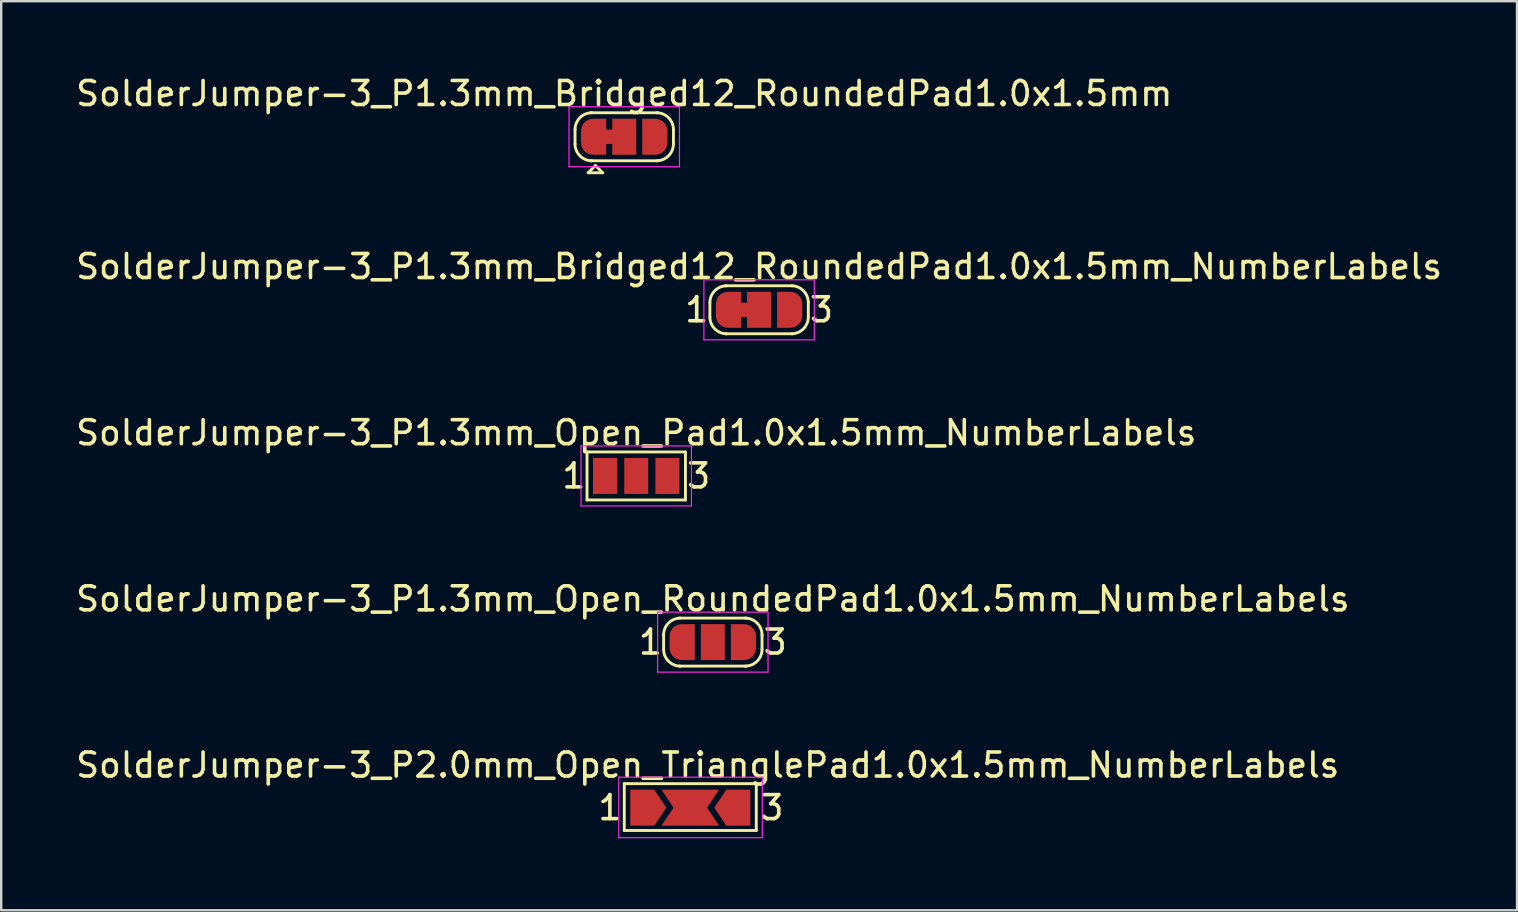
<source format=kicad_pcb>
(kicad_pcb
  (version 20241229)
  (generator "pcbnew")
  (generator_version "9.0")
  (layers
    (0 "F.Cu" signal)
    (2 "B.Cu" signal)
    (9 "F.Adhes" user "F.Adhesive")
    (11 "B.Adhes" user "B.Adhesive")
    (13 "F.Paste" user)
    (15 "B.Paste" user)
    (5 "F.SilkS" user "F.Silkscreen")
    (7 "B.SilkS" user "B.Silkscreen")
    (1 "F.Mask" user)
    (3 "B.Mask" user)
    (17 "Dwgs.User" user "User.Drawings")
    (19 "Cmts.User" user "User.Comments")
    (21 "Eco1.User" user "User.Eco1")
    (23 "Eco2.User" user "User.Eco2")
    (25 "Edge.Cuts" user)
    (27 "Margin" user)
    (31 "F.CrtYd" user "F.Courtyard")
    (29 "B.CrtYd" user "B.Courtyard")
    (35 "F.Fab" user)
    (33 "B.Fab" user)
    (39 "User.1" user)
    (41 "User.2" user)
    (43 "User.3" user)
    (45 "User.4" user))
  (footprint "SolderJumper-3_P1.3mm_Open_Pad1.0x1.5mm_NumberLabels"
    (layer "F.Cu")
    (at 23.458 16.78)
    (property "Reference" "SolderJumper-3_P1.3mm_Open_Pad1.0x1.5mm_NumberLabels" (at 0 -1.8 0) (layer "F.SilkS") (effects (font (size 1 1) (thickness 0.15))))
    (attr exclude_from_pos_files exclude_from_bom)
    (fp_line (start -2.05 -1) (end 2.05 -1) (stroke (width 0.12) (type solid)) (layer "F.SilkS"))
    (fp_line (start -2.05 1) (end -2.05 -1) (stroke (width 0.12) (type solid)) (layer "F.SilkS"))
    (fp_line (start 2.05 -1) (end 2.05 1) (stroke (width 0.12) (type solid)) (layer "F.SilkS"))
    (fp_line (start 2.05 1) (end -2.05 1) (stroke (width 0.12) (type solid)) (layer "F.SilkS"))
    (fp_line (start -2.3 -1.25) (end -2.3 1.25) (stroke (width 0.05) (type solid)) (layer "F.CrtYd"))
    (fp_line (start -2.3 -1.25) (end 2.3 -1.25) (stroke (width 0.05) (type solid)) (layer "F.CrtYd"))
    (fp_line (start 2.3 1.25) (end -2.3 1.25) (stroke (width 0.05) (type solid)) (layer "F.CrtYd"))
    (fp_line (start 2.3 1.25) (end 2.3 -1.25) (stroke (width 0.05) (type solid)) (layer "F.CrtYd"))
    (fp_text user "1" (at -2.6 0 0) (layer "F.SilkS") (effects (font (size 1 1) (thickness 0.15))))
    (fp_text user "3" (at 2.6 0 0) (layer "F.SilkS") (effects (font (size 1 1) (thickness 0.15))))
    (pad "1" smd rect (at -1.3 0) (size 1 1.5) (layers "F.Cu" "F.Mask"))
    (pad "2" smd rect (at 0 0) (size 1 1.5) (layers "F.Cu" "F.Mask"))
    (pad "3" smd rect (at 1.3 0) (size 1 1.5) (layers "F.Cu" "F.Mask")))
  (footprint "SolderJumper-3_P1.3mm_Bridged12_RoundedPad1.0x1.5mm"
    (layer "F.Cu")
    (at 22.958 2.648)
    (property "Reference" "SolderJumper-3_P1.3mm_Bridged12_RoundedPad1.0x1.5mm" (at 0 -1.8 0) (layer "F.SilkS") (effects (font (size 1 1) (thickness 0.15))))
    (attr exclude_from_pos_files exclude_from_bom)
    (fp_poly (pts (xy -0.9 -0.3) (xy -0.4 -0.3) (xy -0.4 0.3) (xy -0.9 0.3)) (stroke (width 0) (type solid)) (fill yes) (layer "F.Cu"))
    (fp_line (start -2.05 0.3) (end -2.05 -0.3) (stroke (width 0.12) (type solid)) (layer "F.SilkS"))
    (fp_line (start -1.5 1.5) (end -0.9 1.5) (stroke (width 0.12) (type solid)) (layer "F.SilkS"))
    (fp_line (start -1.4 -1) (end 1.4 -1) (stroke (width 0.12) (type solid)) (layer "F.SilkS"))
    (fp_line (start -1.2 1.2) (end -1.5 1.5) (stroke (width 0.12) (type solid)) (layer "F.SilkS"))
    (fp_line (start -1.2 1.2) (end -0.9 1.5) (stroke (width 0.12) (type solid)) (layer "F.SilkS"))
    (fp_line (start 1.4 1) (end -1.4 1) (stroke (width 0.12) (type solid)) (layer "F.SilkS"))
    (fp_line (start 2.05 -0.3) (end 2.05 0.3) (stroke (width 0.12) (type solid)) (layer "F.SilkS"))
    (fp_arc (start -2.05 -0.3) (mid -1.844975 -0.794975) (end -1.35 -1) (stroke (width 0.12) (type solid)) (layer "F.SilkS"))
    (fp_arc (start -1.35 1) (mid -1.844975 0.794975) (end -2.05 0.3) (stroke (width 0.12) (type solid)) (layer "F.SilkS"))
    (fp_arc (start 1.35 -1) (mid 1.844975 -0.794975) (end 2.05 -0.3) (stroke (width 0.12) (type solid)) (layer "F.SilkS"))
    (fp_arc (start 2.05 0.3) (mid 1.844975 0.794975) (end 1.35 1) (stroke (width 0.12) (type solid)) (layer "F.SilkS"))
    (fp_line (start -2.3 -1.25) (end -2.3 1.25) (stroke (width 0.05) (type solid)) (layer "F.CrtYd"))
    (fp_line (start -2.3 -1.25) (end 2.3 -1.25) (stroke (width 0.05) (type solid)) (layer "F.CrtYd"))
    (fp_line (start 2.3 1.25) (end -2.3 1.25) (stroke (width 0.05) (type solid)) (layer "F.CrtYd"))
    (fp_line (start 2.3 1.25) (end 2.3 -1.25) (stroke (width 0.05) (type solid)) (layer "F.CrtYd"))
    (pad "1" smd custom (at -1.3 0) (size 1 0.5) (layers "F.Cu" "F.Mask") (options (anchor rect)) (primitives (gr_circle (center 0 0.25) (end 0.5 0.25) (width 0) (fill yes)) (gr_circle (center 0 -0.25) (end 0.5 -0.25) (width 0) (fill yes)) (gr_poly (pts (xy 0.55 0.75) (xy 0 0.75) (xy 0 -0.75) (xy 0.55 -0.75)) (width 0) (fill yes))))
    (pad "2" smd rect (at 0 0) (size 1 1.5) (layers "F.Cu" "F.Mask"))
    (pad "3" smd custom (at 1.3 0) (size 1 0.5) (layers "F.Cu" "F.Mask") (options (anchor rect)) (primitives (gr_circle (center 0 0.25) (end 0.5 0.25) (width 0) (fill yes)) (gr_circle (center 0 -0.25) (end 0.5 -0.25) (width 0) (fill yes)) (gr_poly (pts (xy 0 0.75) (xy -0.55 0.75) (xy -0.55 -0.75) (xy 0 -0.75)) (width 0) (fill yes)))))
  (footprint "SolderJumper-3_P1.3mm_Bridged12_RoundedPad1.0x1.5mm_NumberLabels"
    (layer "F.Cu")
    (at 28.577 9.857)
    (property "Reference" "SolderJumper-3_P1.3mm_Bridged12_RoundedPad1.0x1.5mm_NumberLabels" (at 0 -1.8 0) (layer "F.SilkS") (effects (font (size 1 1) (thickness 0.15))))
    (attr exclude_from_pos_files exclude_from_bom)
    (fp_poly (pts (xy -0.9 -0.3) (xy -0.4 -0.3) (xy -0.4 0.3) (xy -0.9 0.3)) (stroke (width 0) (type solid)) (fill yes) (layer "F.Cu"))
    (fp_line (start -2.05 0.3) (end -2.05 -0.3) (stroke (width 0.12) (type solid)) (layer "F.SilkS"))
    (fp_line (start -1.4 -1) (end 1.4 -1) (stroke (width 0.12) (type solid)) (layer "F.SilkS"))
    (fp_line (start 1.4 1) (end -1.4 1) (stroke (width 0.12) (type solid)) (layer "F.SilkS"))
    (fp_line (start 2.05 -0.3) (end 2.05 0.3) (stroke (width 0.12) (type solid)) (layer "F.SilkS"))
    (fp_arc (start -2.05 -0.3) (mid -1.844975 -0.794975) (end -1.35 -1) (stroke (width 0.12) (type solid)) (layer "F.SilkS"))
    (fp_arc (start -1.35 1) (mid -1.844975 0.794975) (end -2.05 0.3) (stroke (width 0.12) (type solid)) (layer "F.SilkS"))
    (fp_arc (start 1.35 -1) (mid 1.844975 -0.794975) (end 2.05 -0.3) (stroke (width 0.12) (type solid)) (layer "F.SilkS"))
    (fp_arc (start 2.05 0.3) (mid 1.844975 0.794975) (end 1.35 1) (stroke (width 0.12) (type solid)) (layer "F.SilkS"))
    (fp_line (start -2.3 -1.25) (end -2.3 1.25) (stroke (width 0.05) (type solid)) (layer "F.CrtYd"))
    (fp_line (start -2.3 -1.25) (end 2.3 -1.25) (stroke (width 0.05) (type solid)) (layer "F.CrtYd"))
    (fp_line (start 2.3 1.25) (end -2.3 1.25) (stroke (width 0.05) (type solid)) (layer "F.CrtYd"))
    (fp_line (start 2.3 1.25) (end 2.3 -1.25) (stroke (width 0.05) (type solid)) (layer "F.CrtYd"))
    (fp_text user "1" (at -2.6 0 0) (layer "F.SilkS") (effects (font (size 1 1) (thickness 0.15))))
    (fp_text user "3" (at 2.6 0 0) (layer "F.SilkS") (effects (font (size 1 1) (thickness 0.15))))
    (pad "1" smd custom (at -1.3 0) (size 1 0.5) (layers "F.Cu" "F.Mask") (options (anchor rect)) (primitives (gr_poly (pts (xy 0.55 0.75) (xy 0 0.75) (xy 0 -0.75) (xy 0.55 -0.75)) (width 0) (fill yes)) (gr_circle (center 0 0.25) (end 0.5 0.25) (width 0) (fill yes)) (gr_circle (center 0 -0.25) (end 0.5 -0.25) (width 0) (fill yes))))
    (pad "2" smd rect (at 0 0) (size 1 1.5) (layers "F.Cu" "F.Mask"))
    (pad "3" smd custom (at 1.3 0) (size 1 0.5) (layers "F.Cu" "F.Mask") (options (anchor rect)) (primitives (gr_circle (center 0 0.25) (end 0.5 0.25) (width 0) (fill yes)) (gr_circle (center 0 -0.25) (end 0.5 -0.25) (width 0) (fill yes)) (gr_poly (pts (xy 0 0.75) (xy -0.55 0.75) (xy -0.55 -0.75) (xy 0 -0.75)) (width 0) (fill yes)))))
  (footprint "SolderJumper-3_P1.3mm_Open_RoundedPad1.0x1.5mm_NumberLabels"
    (layer "F.Cu")
    (at 26.649 23.703)
    (property "Reference" "SolderJumper-3_P1.3mm_Open_RoundedPad1.0x1.5mm_NumberLabels" (at 0 -1.8 0) (layer "F.SilkS") (effects (font (size 1 1) (thickness 0.15))))
    (attr exclude_from_pos_files exclude_from_bom)
    (fp_line (start -2.05 0.3) (end -2.05 -0.3) (stroke (width 0.12) (type solid)) (layer "F.SilkS"))
    (fp_line (start -1.4 -1) (end 1.4 -1) (stroke (width 0.12) (type solid)) (layer "F.SilkS"))
    (fp_line (start 1.4 1) (end -1.4 1) (stroke (width 0.12) (type solid)) (layer "F.SilkS"))
    (fp_line (start 2.05 -0.3) (end 2.05 0.3) (stroke (width 0.12) (type solid)) (layer "F.SilkS"))
    (fp_arc (start -2.05 -0.3) (mid -1.844975 -0.794975) (end -1.35 -1) (stroke (width 0.12) (type solid)) (layer "F.SilkS"))
    (fp_arc (start -1.35 1) (mid -1.844975 0.794975) (end -2.05 0.3) (stroke (width 0.12) (type solid)) (layer "F.SilkS"))
    (fp_arc (start 1.35 -1) (mid 1.844975 -0.794975) (end 2.05 -0.3) (stroke (width 0.12) (type solid)) (layer "F.SilkS"))
    (fp_arc (start 2.05 0.3) (mid 1.844975 0.794975) (end 1.35 1) (stroke (width 0.12) (type solid)) (layer "F.SilkS"))
    (fp_line (start -2.3 -1.25) (end -2.3 1.25) (stroke (width 0.05) (type solid)) (layer "F.CrtYd"))
    (fp_line (start -2.3 -1.25) (end 2.3 -1.25) (stroke (width 0.05) (type solid)) (layer "F.CrtYd"))
    (fp_line (start 2.3 1.25) (end -2.3 1.25) (stroke (width 0.05) (type solid)) (layer "F.CrtYd"))
    (fp_line (start 2.3 1.25) (end 2.3 -1.25) (stroke (width 0.05) (type solid)) (layer "F.CrtYd"))
    (fp_text user "1" (at -2.6 0 0) (layer "F.SilkS") (effects (font (size 1 1) (thickness 0.15))))
    (fp_text user "3" (at 2.6 0 0) (layer "F.SilkS") (effects (font (size 1 1) (thickness 0.15))))
    (pad "1" smd custom (at -1.3 0) (size 1 0.5) (layers "F.Cu" "F.Mask") (options (anchor rect)) (primitives (gr_circle (center 0 0.25) (end 0.5 0.25) (width 0) (fill yes)) (gr_circle (center 0 -0.25) (end 0.5 -0.25) (width 0) (fill yes)) (gr_poly (pts (xy 0.55 0.75) (xy 0 0.75) (xy 0 -0.75) (xy 0.55 -0.75)) (width 0) (fill yes))))
    (pad "2" smd rect (at 0 0) (size 1 1.5) (layers "F.Cu" "F.Mask"))
    (pad "3" smd custom (at 1.3 0) (size 1 0.5) (layers "F.Cu" "F.Mask") (options (anchor rect)) (primitives (gr_circle (center 0 0.25) (end 0.5 0.25) (width 0) (fill yes)) (gr_circle (center 0 -0.25) (end 0.5 -0.25) (width 0) (fill yes)) (gr_poly (pts (xy 0 0.75) (xy -0.55 0.75) (xy -0.55 -0.75) (xy 0 -0.75)) (width 0) (fill yes)))))
  (footprint "SolderJumper-3_P2.0mm_Open_TrianglePad1.0x1.5mm_NumberLabels"
    (layer "F.Cu")
    (at 25.71 30.601)
    (property "Reference" "SolderJumper-3_P2.0mm_Open_TrianglePad1.0x1.5mm_NumberLabels" (at 0.725 -1.775 0) (layer "F.SilkS") (effects (font (size 1 1) (thickness 0.15))))
    (attr exclude_from_pos_files exclude_from_bom)
    (fp_line (start -2.75 -1) (end 2.75 -1) (stroke (width 0.12) (type solid)) (layer "F.SilkS"))
    (fp_line (start -2.75 0.95) (end -2.75 -1) (stroke (width 0.12) (type solid)) (layer "F.SilkS"))
    (fp_line (start 2.75 -1) (end 2.75 0.95) (stroke (width 0.12) (type solid)) (layer "F.SilkS"))
    (fp_line (start 2.75 0.95) (end -2.75 0.95) (stroke (width 0.12) (type solid)) (layer "F.SilkS"))
    (fp_line (start -2.98 -1.27) (end -2.98 1.25) (stroke (width 0.05) (type solid)) (layer "F.CrtYd"))
    (fp_line (start -2.98 -1.27) (end 3 -1.27) (stroke (width 0.05) (type solid)) (layer "F.CrtYd"))
    (fp_line (start 3 1.25) (end -2.98 1.25) (stroke (width 0.05) (type solid)) (layer "F.CrtYd"))
    (fp_line (start 3 1.25) (end 3 -1.27) (stroke (width 0.05) (type solid)) (layer "F.CrtYd"))
    (fp_text user "1" (at -3.35 0 0) (layer "F.SilkS") (effects (font (size 1 1) (thickness 0.15))))
    (fp_text user "3" (at 3.4 0 0) (layer "F.SilkS") (effects (font (size 1 1) (thickness 0.15))))
    (pad "" smd rect (at -1.2 0) (size 1.5 1.5) (layers "F.Mask"))
    (pad "" smd rect (at 1.2 0) (size 1.5 1.5) (layers "F.Mask"))
    (pad "1" smd custom (at -2 0) (size 0.3 0.3) (layers "F.Cu" "F.Mask") (options (anchor rect)) (primitives (gr_poly (pts (xy 1 0) (xy 0.5 0.75) (xy -0.5 0.75) (xy -0.5 -0.75) (xy 0.5 -0.75)) (width 0) (fill yes))))
    (pad "2" smd custom (at 0 0) (size 0.3 0.3) (layers "F.Cu") (options (anchor rect)) (primitives (gr_poly (pts (xy 0.7 0) (xy 1.2 0.75) (xy -1.2 0.75) (xy -0.7 0) (xy -1.2 -0.75) (xy 1.2 -0.75)) (width 0) (fill yes))))
    (pad "3" smd custom (at 2 0 180) (size 0.3 0.3) (layers "F.Cu" "F.Mask") (options (anchor rect)) (primitives (gr_poly (pts (xy 1 0) (xy 0.5 0.75) (xy -0.5 0.75) (xy -0.5 -0.75) (xy 0.5 -0.75)) (width 0) (fill yes)))))
  (gr_rect
    (start -3 -3)
    (end 60.155 34.876)
    (stroke (width 0.1) (type default))
    (fill no)
    (layer "Edge.Cuts")))
</source>
